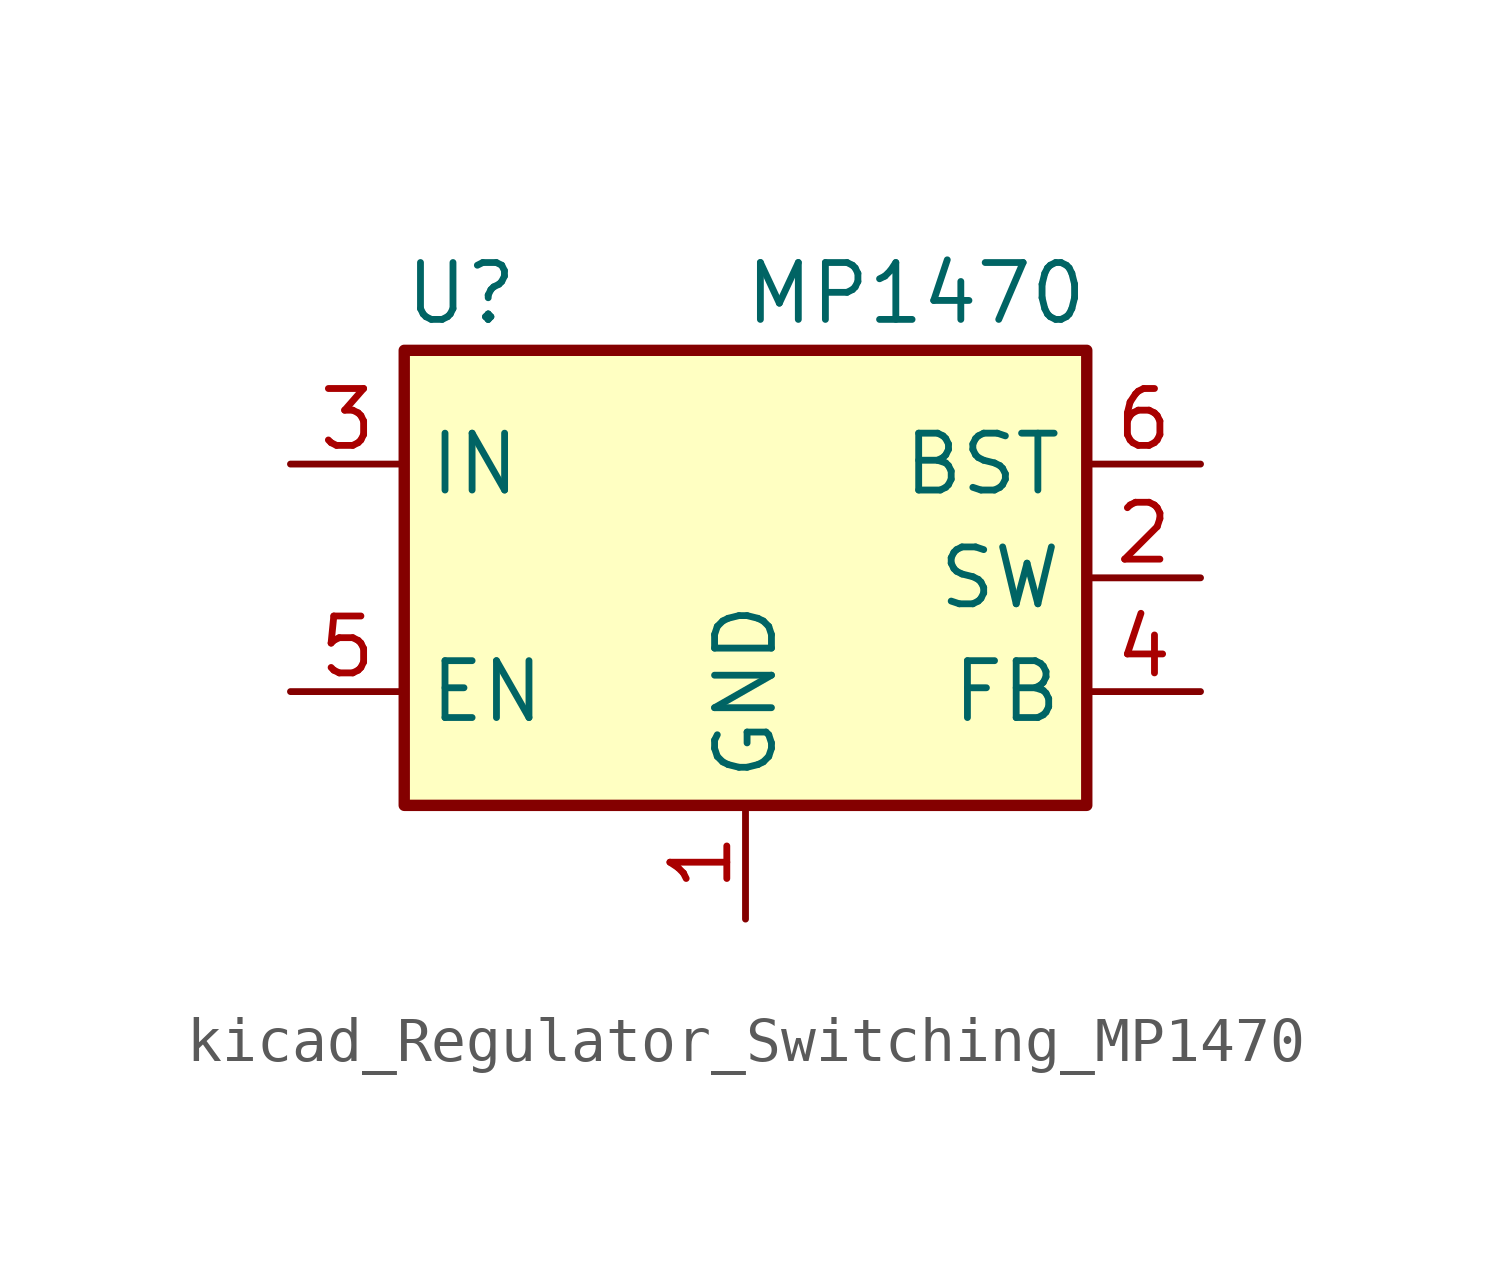
<source format=kicad_sym>
(kicad_symbol_lib
  (version 20220914)
  (generator kicad_symbol_editor)
  (symbol "kicad_Regulator_Switching_MP1470"
    (property "Reference" "U"
      (at -6.35 6.35 0)
      (effects (font (size 1.27 1.27))))
    (property "Value" "MP1470"
      (at 3.81 6.35 0)
      (effects (font (size 1.27 1.27))))
    (symbol "kicad_Regulator_Switching_MP1470_0_1"
      (rectangle (start -7.62 5.08) (end 7.62 -5.08) (stroke (width 0.254) (type default)) (fill (type background))))
    (symbol "kicad_Regulator_Switching_MP1470_1_1"
      (pin power_in line (at 0 -7.62 90) (length 2.54) (name "GND" (effects (font (size 1.27 1.27)))) (number "1" (effects (font (size 1.27 1.27)))))
      (pin power_out line (at 10.16 0 180) (length 2.54) (name "SW" (effects (font (size 1.27 1.27)))) (number "2" (effects (font (size 1.27 1.27)))))
      (pin power_in line (at -10.16 2.54 0) (length 2.54) (name "IN" (effects (font (size 1.27 1.27)))) (number "3" (effects (font (size 1.27 1.27)))))
      (pin input line (at 10.16 -2.54 180) (length 2.54) (name "FB" (effects (font (size 1.27 1.27)))) (number "4" (effects (font (size 1.27 1.27)))))
      (pin input line (at -10.16 -2.54 0) (length 2.54) (name "EN" (effects (font (size 1.27 1.27)))) (number "5" (effects (font (size 1.27 1.27)))))
      (pin passive line (at 10.16 2.54 180) (length 2.54) (name "BST" (effects (font (size 1.27 1.27)))) (number "6" (effects (font (size 1.27 1.27))))))))
</source>
